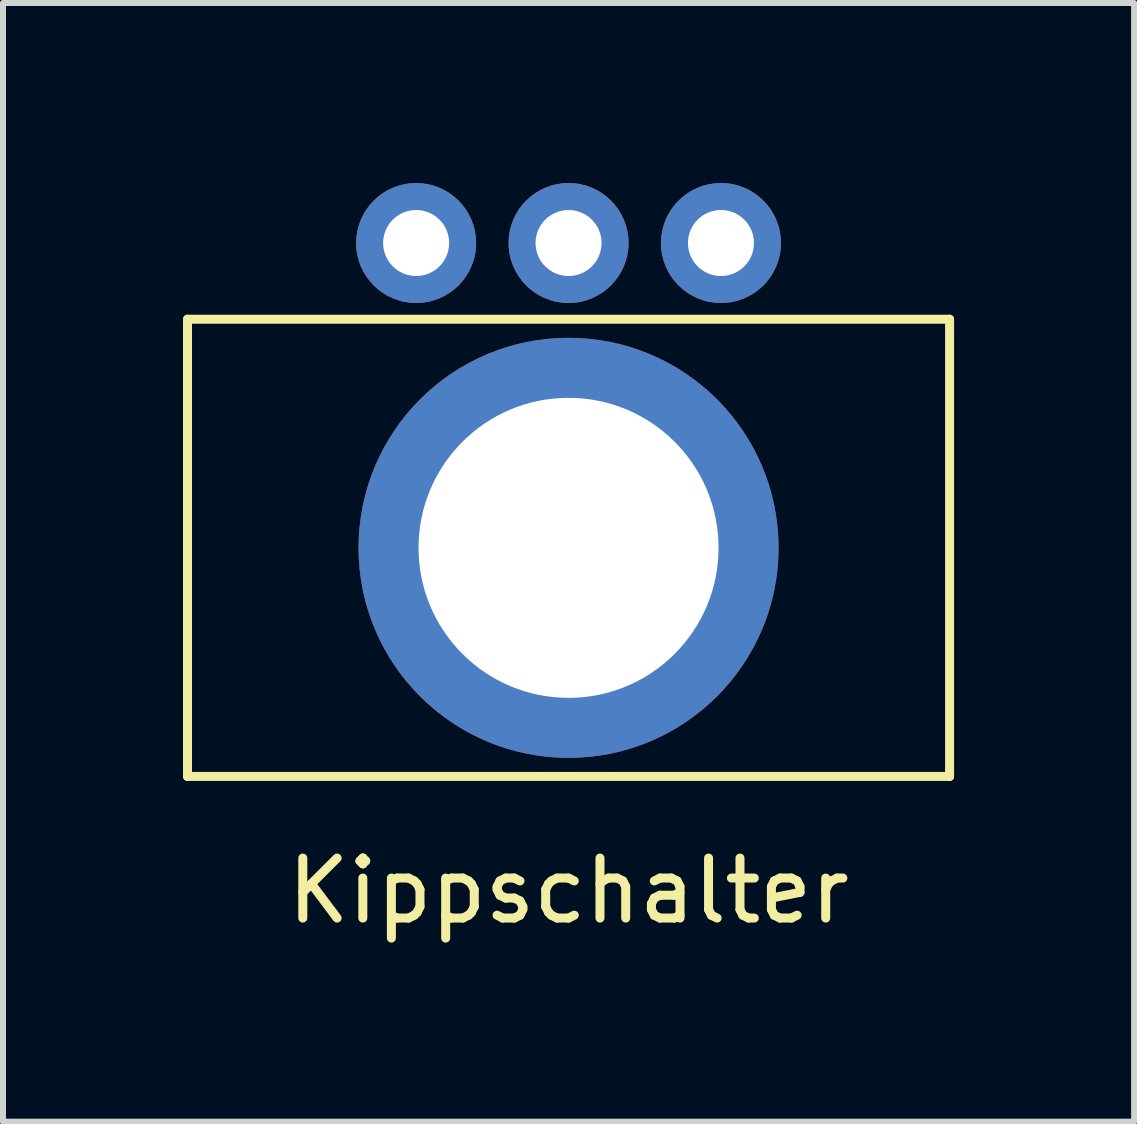
<source format=kicad_pcb>
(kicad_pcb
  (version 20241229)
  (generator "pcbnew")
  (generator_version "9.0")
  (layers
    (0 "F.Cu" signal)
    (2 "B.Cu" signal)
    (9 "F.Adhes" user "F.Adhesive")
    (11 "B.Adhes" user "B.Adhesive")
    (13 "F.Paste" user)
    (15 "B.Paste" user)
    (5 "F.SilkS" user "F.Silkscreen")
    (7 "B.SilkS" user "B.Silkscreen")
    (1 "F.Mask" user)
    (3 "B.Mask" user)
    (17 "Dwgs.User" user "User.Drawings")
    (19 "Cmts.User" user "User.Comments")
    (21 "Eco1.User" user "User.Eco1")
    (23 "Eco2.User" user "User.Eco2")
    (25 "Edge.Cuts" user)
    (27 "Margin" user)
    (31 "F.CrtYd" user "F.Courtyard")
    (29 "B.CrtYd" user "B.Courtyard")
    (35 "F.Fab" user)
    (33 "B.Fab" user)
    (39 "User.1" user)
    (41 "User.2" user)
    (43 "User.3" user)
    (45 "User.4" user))
  (footprint "Kippschalter"
    (layer "F.Cu")
    (at 6.425 6.08)
    (property "Reference" "Kippschalter" (at 0 5.715 0) (layer "F.SilkS") (effects (font (size 1 1) (thickness 0.15))))
    (attr through_hole)
    (fp_line (start -6.35 -3.81) (end 6.35 -3.81) (stroke (width 0.15) (type solid)) (layer "F.SilkS"))
    (fp_line (start -6.35 3.81) (end -6.35 -3.81) (stroke (width 0.15) (type solid)) (layer "F.SilkS"))
    (fp_line (start 6.35 -3.81) (end 6.35 3.81) (stroke (width 0.15) (type solid)) (layer "F.SilkS"))
    (fp_line (start 6.35 3.81) (end -6.35 3.81) (stroke (width 0.15) (type solid)) (layer "F.SilkS"))
    (pad "" thru_hole circle (at 0 0) (size 7 7) (drill 5) (layers "*.Cu" "*.Mask"))
    (pad "1" thru_hole circle (at -2.54 -5.08) (size 2 2) (drill 1.1) (layers "*.Cu" "*.Mask"))
    (pad "2" thru_hole circle (at 0 -5.08) (size 2 2) (drill 1.1) (layers "*.Cu" "*.Mask"))
    (pad "3" thru_hole circle (at 2.54 -5.08) (size 2 2) (drill 1.1) (layers "*.Cu" "*.Mask")))
  (gr_rect
    (start -3 -3)
    (end 15.85 15.643)
    (stroke (width 0.1) (type default))
    (fill no)
    (layer "Edge.Cuts")))
</source>
